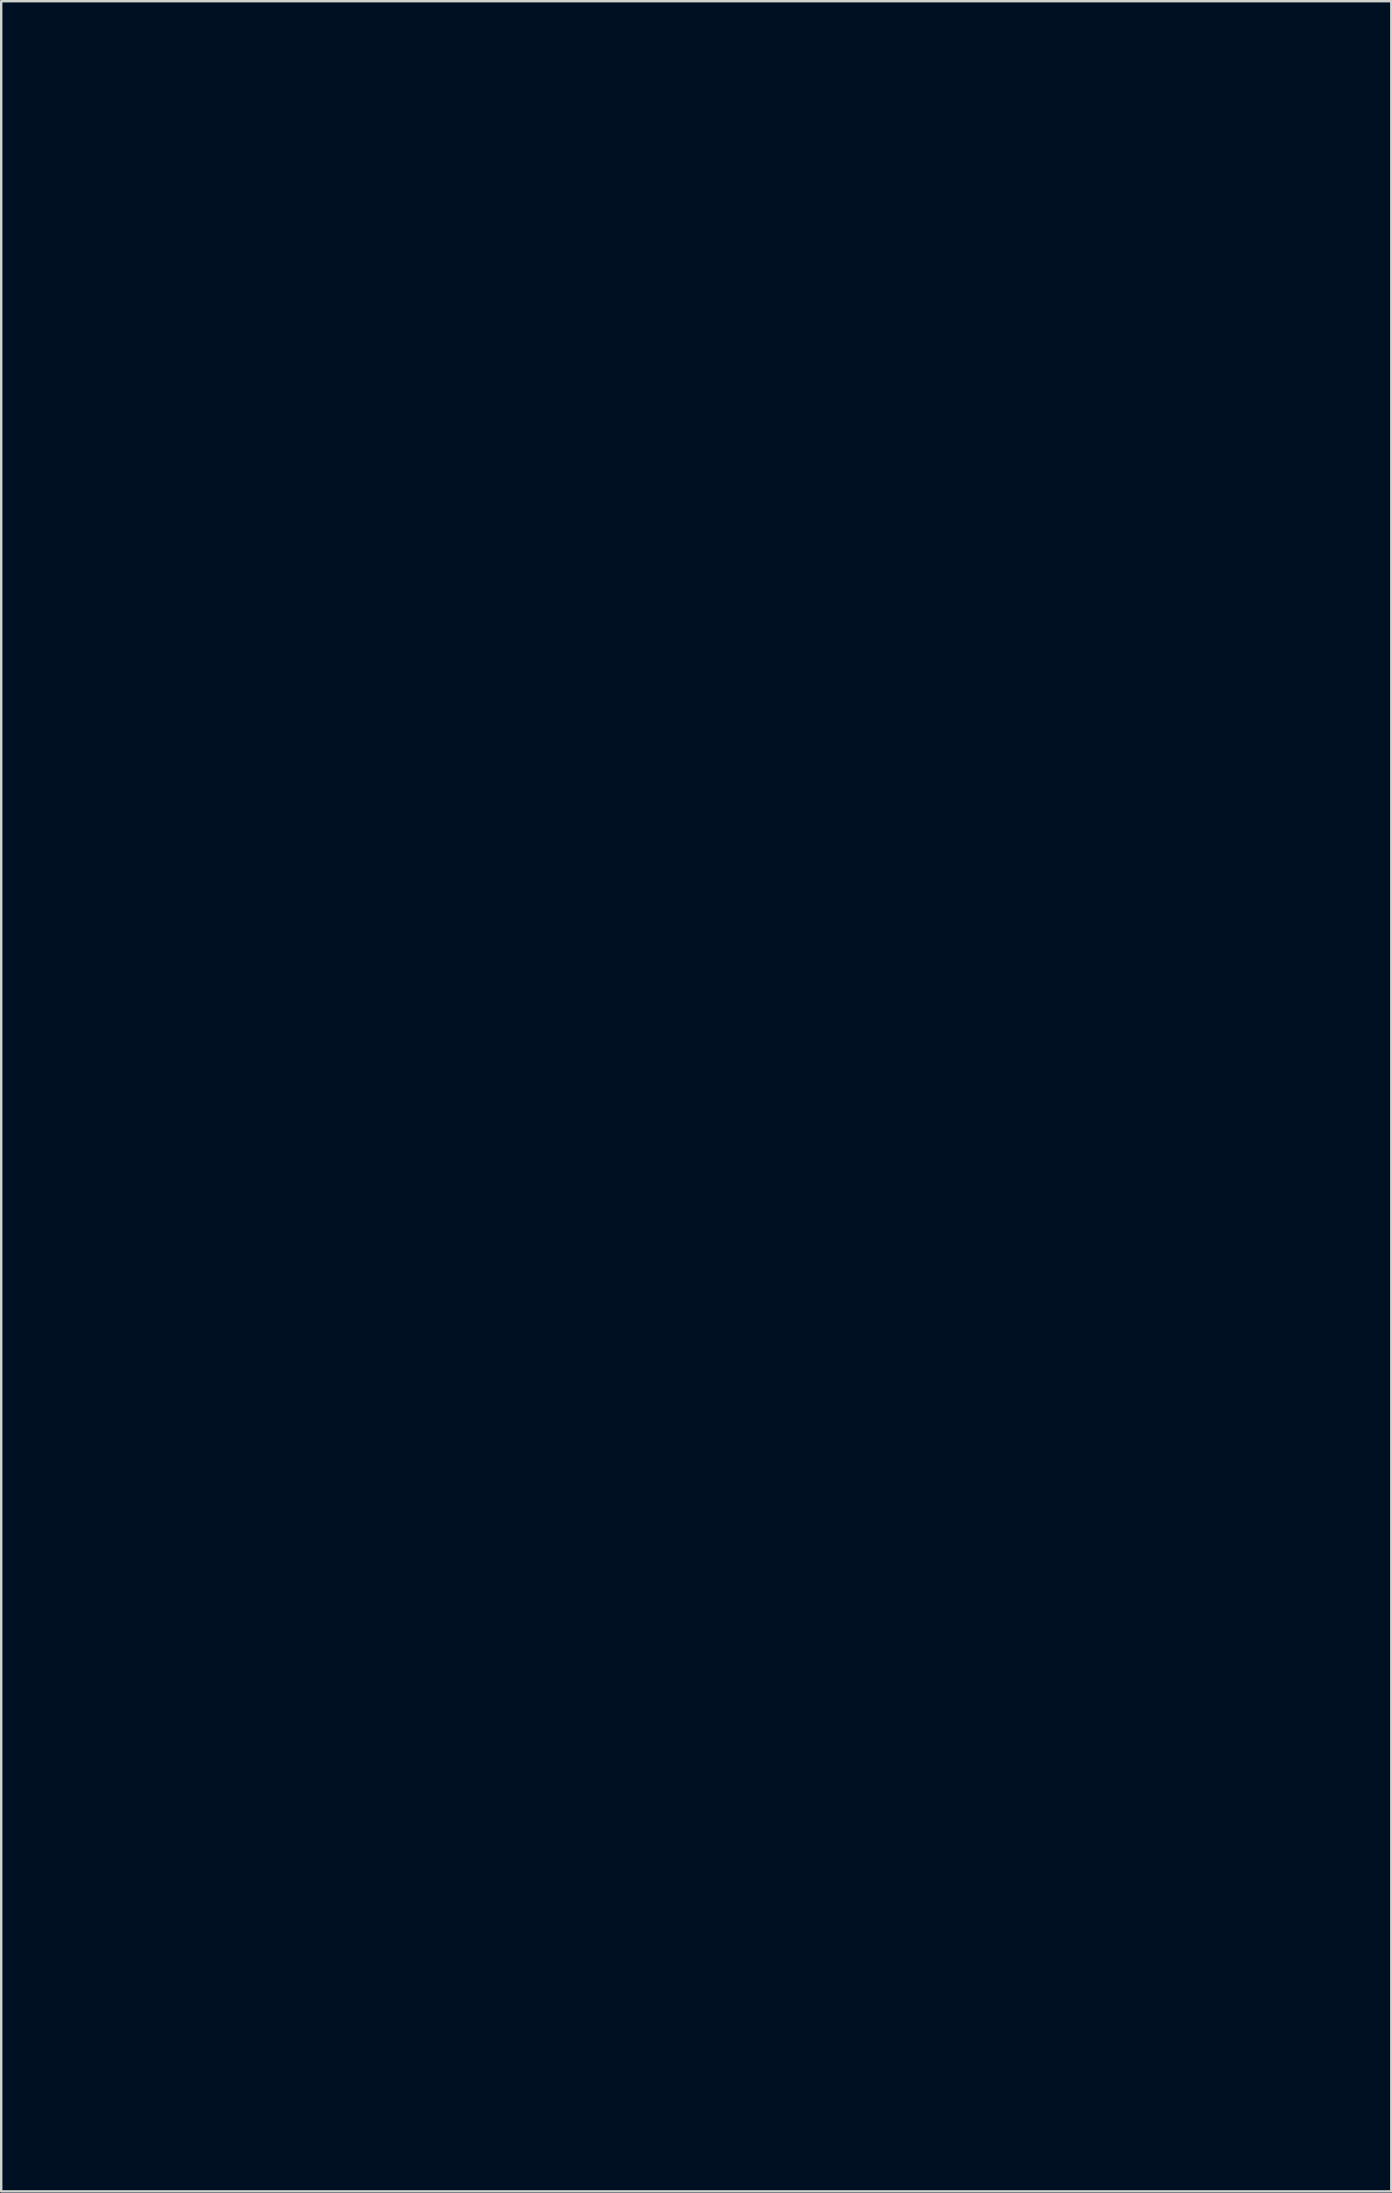
<source format=kicad_pcb>
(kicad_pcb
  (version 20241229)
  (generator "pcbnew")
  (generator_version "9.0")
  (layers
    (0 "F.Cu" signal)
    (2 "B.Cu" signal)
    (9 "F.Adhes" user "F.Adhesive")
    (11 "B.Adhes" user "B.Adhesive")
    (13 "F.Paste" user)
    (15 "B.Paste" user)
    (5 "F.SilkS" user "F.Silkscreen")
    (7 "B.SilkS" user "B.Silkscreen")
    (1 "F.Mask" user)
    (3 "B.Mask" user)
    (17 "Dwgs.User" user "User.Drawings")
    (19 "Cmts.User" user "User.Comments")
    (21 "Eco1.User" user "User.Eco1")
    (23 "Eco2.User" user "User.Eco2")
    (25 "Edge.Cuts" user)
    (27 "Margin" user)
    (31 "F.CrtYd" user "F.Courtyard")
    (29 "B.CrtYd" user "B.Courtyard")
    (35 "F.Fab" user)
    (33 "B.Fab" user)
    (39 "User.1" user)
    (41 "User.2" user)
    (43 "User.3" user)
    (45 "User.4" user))
  (footprint "tencent soldermask"
    (layer "F.Cu")
    (at 40.363 45.443)
    (property "Reference" "tencent soldermask" (at 0 0 0) (layer "F.Mask") (effects (font (size 1.524 1.524) (thickness 0.3))))
    (attr through_hole)
    (fp_poly (pts (xy -29.351 -22.381) (xy -32.358 -22.197) (xy -33.868 -22.117) (xy -35.414 -22.054) (xy -36.76 -22.018) (xy -37.297 -22.013) (xy -39.229 -22.013) (xy -39.229 -45.438) (xy -29.351 -45.438) (xy -29.351 -22.381)) (stroke (width 0.01) (type solid)) (fill yes) (layer "F.Mask"))
    (fp_poly (pts (xy -29.615 -14.676) (xy -33.082 -14.674) (xy -34.652 -14.657) (xy -36.23 -14.614) (xy -37.612 -14.552) (xy -38.453 -14.492) (xy -40.358 -14.312) (xy -40.358 -20.832) (xy -37.747 -20.995) (xy -36.165 -21.083) (xy -34.366 -21.165) (xy -32.701 -21.226) (xy -32.456 -21.233) (xy -29.774 -21.308) (xy -29.615 -14.676)) (stroke (width 0.01) (type solid)) (fill yes) (layer "F.Mask"))
    (fp_poly (pts (xy -10.372 10.466) (xy -9.531 10.515) (xy -8.347 10.622) (xy -7.036 10.769) (xy -6.632 10.819) (xy -4.092 11.148) (xy -4.018 20.814) (xy -3.944 30.48) (xy -6.135 30.427) (xy -7.48 30.385) (xy -8.866 30.328) (xy -9.948 30.271) (xy -11.571 30.17) (xy -11.571 10.442) (xy -10.372 10.466)) (stroke (width 0.01) (type solid)) (fill yes) (layer "F.Mask"))
    (fp_poly (pts (xy -29.351 39.793) (xy -38.947 39.793) (xy -39.014 18.344) (xy -39.025 14.758) (xy -39.035 11.219) (xy -39.045 7.786) (xy -39.054 4.517) (xy -39.063 1.471) (xy -39.07 -1.293) (xy -39.076 -3.719) (xy -39.08 -5.746) (xy -39.083 -7.317) (xy -39.084 -8.255) (xy -39.088 -13.406) (xy -34.219 -13.483) (xy -29.351 -13.56) (xy -29.351 39.793)) (stroke (width 0.01) (type solid)) (fill yes) (layer "F.Mask"))
    (fp_poly (pts (xy -26.366 20.407) (xy -26.376 21.193) (xy -26.405 22.506) (xy -26.445 24.13) (xy -26.5 25.863) (xy -26.566 27.403) (xy -26.64 28.661) (xy -26.714 29.549) (xy -26.785 29.976) (xy -26.796 29.996) (xy -26.878 29.846) (xy -26.915 29.25) (xy -26.9 28.326) (xy -26.886 28.021) (xy -26.821 26.845) (xy -26.731 25.313) (xy -26.628 23.632) (xy -26.535 22.154) (xy -26.46 21.023) (xy -26.407 20.342) (xy -26.376 20.13) (xy -26.366 20.407)) (stroke (width 0.01) (type solid)) (fill yes) (layer "F.Mask"))
    (fp_poly (pts (xy -11.991 10.714) (xy -11.952 11.486) (xy -11.919 12.695) (xy -11.891 14.277) (xy -11.87 16.167) (xy -11.857 18.303) (xy -11.853 20.32) (xy -11.853 30.198) (xy -20.234 30.198) (xy -20.418 27.191) (xy -20.486 25.768) (xy -20.541 23.988) (xy -20.579 22.056) (xy -20.595 20.178) (xy -20.595 19.782) (xy -20.587 15.381) (xy -17.561 13.242) (xy -15.753 12.041) (xy -14.184 11.155) (xy -12.911 10.613) (xy -12.032 10.442) (xy -11.991 10.714)) (stroke (width 0.01) (type solid)) (fill yes) (layer "F.Mask"))
    (fp_poly (pts (xy -3.119 38.312) (xy -2.929 39.044) (xy -2.829 39.528) (xy -2.824 39.582) (xy -3.092 39.636) (xy -3.84 39.683) (xy -4.985 39.721) (xy -6.442 39.751) (xy -8.129 39.773) (xy -9.961 39.786) (xy -11.853 39.79) (xy -13.723 39.785) (xy -15.486 39.772) (xy -17.059 39.749) (xy -18.357 39.717) (xy -19.297 39.676) (xy -19.795 39.625) (xy -19.85 39.605) (xy -19.971 39.224) (xy -20.035 38.519) (xy -20.038 38.335) (xy -20.038 37.253) (xy -3.413 37.253) (xy -3.119 38.312)) (stroke (width 0.01) (type solid)) (fill yes) (layer "F.Mask"))
    (fp_poly (pts (xy -11.08 -21.062) (xy -10.616 -20.942) (xy -9.734 -20.725) (xy -8.567 -20.445) (xy -7.408 -20.171) (xy -4.233 -19.424) (xy -4.233 2.258) (xy -5.292 2.217) (xy -6.061 2.163) (xy -7.187 2.056) (xy -8.464 1.915) (xy -8.89 1.864) (xy -11.43 1.552) (xy -11.504 -9.827) (xy -11.521 -12.661) (xy -11.531 -14.981) (xy -11.532 -16.838) (xy -11.523 -18.281) (xy -11.5 -19.36) (xy -11.463 -20.127) (xy -11.409 -20.632) (xy -11.337 -20.924) (xy -11.245 -21.055) (xy -11.13 -21.074) (xy -11.08 -21.062)) (stroke (width 0.01) (type solid)) (fill yes) (layer "F.Mask"))
    (fp_poly (pts (xy -28.894 -39.465) (xy -28.802 -38.671) (xy -28.677 -37.453) (xy -28.527 -35.88) (xy -28.358 -34.023) (xy -28.177 -31.95) (xy -28.099 -31.04) (xy -27.913 -28.868) (xy -27.734 -26.855) (xy -27.571 -25.077) (xy -27.431 -23.609) (xy -27.32 -22.525) (xy -27.245 -21.902) (xy -27.228 -21.802) (xy -27.246 -21.294) (xy -27.593 -21.207) (xy -28.215 -21.543) (xy -28.434 -21.715) (xy -28.611 -21.873) (xy -28.752 -22.06) (xy -28.86 -22.338) (xy -28.941 -22.769) (xy -28.997 -23.414) (xy -29.034 -24.336) (xy -29.055 -25.595) (xy -29.066 -27.255) (xy -29.069 -29.376) (xy -29.069 -31.066) (xy -29.065 -33.226) (xy -29.055 -35.187) (xy -29.038 -36.882) (xy -29.017 -38.245) (xy -28.991 -39.21) (xy -28.963 -39.711) (xy -28.947 -39.766) (xy -28.894 -39.465)) (stroke (width 0.01) (type solid)) (fill yes) (layer "F.Mask"))
    (fp_poly (pts (xy -11.92 -9.848) (xy -11.907 -7.423) (xy -11.9 -5.172) (xy -11.899 -3.158) (xy -11.905 -1.444) (xy -11.917 -0.093) (xy -11.934 0.831) (xy -11.957 1.265) (xy -11.961 1.286) (xy -12.272 1.437) (xy -13.025 1.616) (xy -14.1 1.799) (xy -15.14 1.935) (xy -16.513 2.096) (xy -17.785 2.251) (xy -18.783 2.38) (xy -19.226 2.443) (xy -19.934 2.486) (xy -20.368 2.388) (xy -20.402 2.354) (xy -20.296 2.054) (xy -19.908 1.38) (xy -19.287 0.414) (xy -18.486 -0.764) (xy -17.827 -1.698) (xy -15.099 -5.503) (xy -14.958 -8.467) (xy -14.903 -9.811) (xy -14.903 -10.715) (xy -14.971 -11.3) (xy -15.123 -11.687) (xy -15.374 -11.999) (xy -15.391 -12.017) (xy -16.004 -12.561) (xy -16.479 -12.891) (xy -16.646 -13.038) (xy -16.678 -13.275) (xy -16.538 -13.674) (xy -16.192 -14.307) (xy -15.605 -15.245) (xy -14.741 -16.559) (xy -14.494 -16.931) (xy -11.994 -20.683) (xy -11.92 -9.848)) (stroke (width 0.01) (type solid)) (fill yes) (layer "F.Mask"))
    (fp_poly (pts (xy -28.293 -12.747) (xy -27.484 -12.14) (xy -26.908 -11.589) (xy -26.516 -10.979) (xy -26.262 -10.193) (xy -26.096 -9.115) (xy -25.972 -7.629) (xy -25.93 -7.01) (xy -25.854 -5.207) (xy -25.837 -3.01) (xy -25.879 -0.374) (xy -25.982 2.744) (xy -26.102 5.492) (xy -26.346 10.611) (xy -26.564 15.194) (xy -26.759 19.27) (xy -26.933 22.869) (xy -27.085 26.018) (xy -27.219 28.747) (xy -27.335 31.084) (xy -27.435 33.058) (xy -27.52 34.696) (xy -27.592 36.029) (xy -27.653 37.085) (xy -27.703 37.892) (xy -27.744 38.479) (xy -27.778 38.874) (xy -27.806 39.107) (xy -27.815 39.158) (xy -28.145 39.69) (xy -28.51 39.793) (xy -28.604 39.785) (xy -28.687 39.737) (xy -28.759 39.615) (xy -28.822 39.388) (xy -28.875 39.019) (xy -28.92 38.477) (xy -28.958 37.728) (xy -28.989 36.737) (xy -29.013 35.471) (xy -29.032 33.898) (xy -29.046 31.982) (xy -29.056 29.691) (xy -29.062 26.991) (xy -29.066 23.848) (xy -29.068 20.229) (xy -29.069 16.1) (xy -29.069 13.245) (xy -29.069 -13.303) (xy -28.293 -12.747)) (stroke (width 0.01) (type solid)) (fill yes) (layer "F.Mask")))
  (gr_rect
    (start -3 -3)
    (end 54.909 88.241)
    (stroke (width 0.1) (type default))
    (fill no)
    (layer "Edge.Cuts")))
</source>
